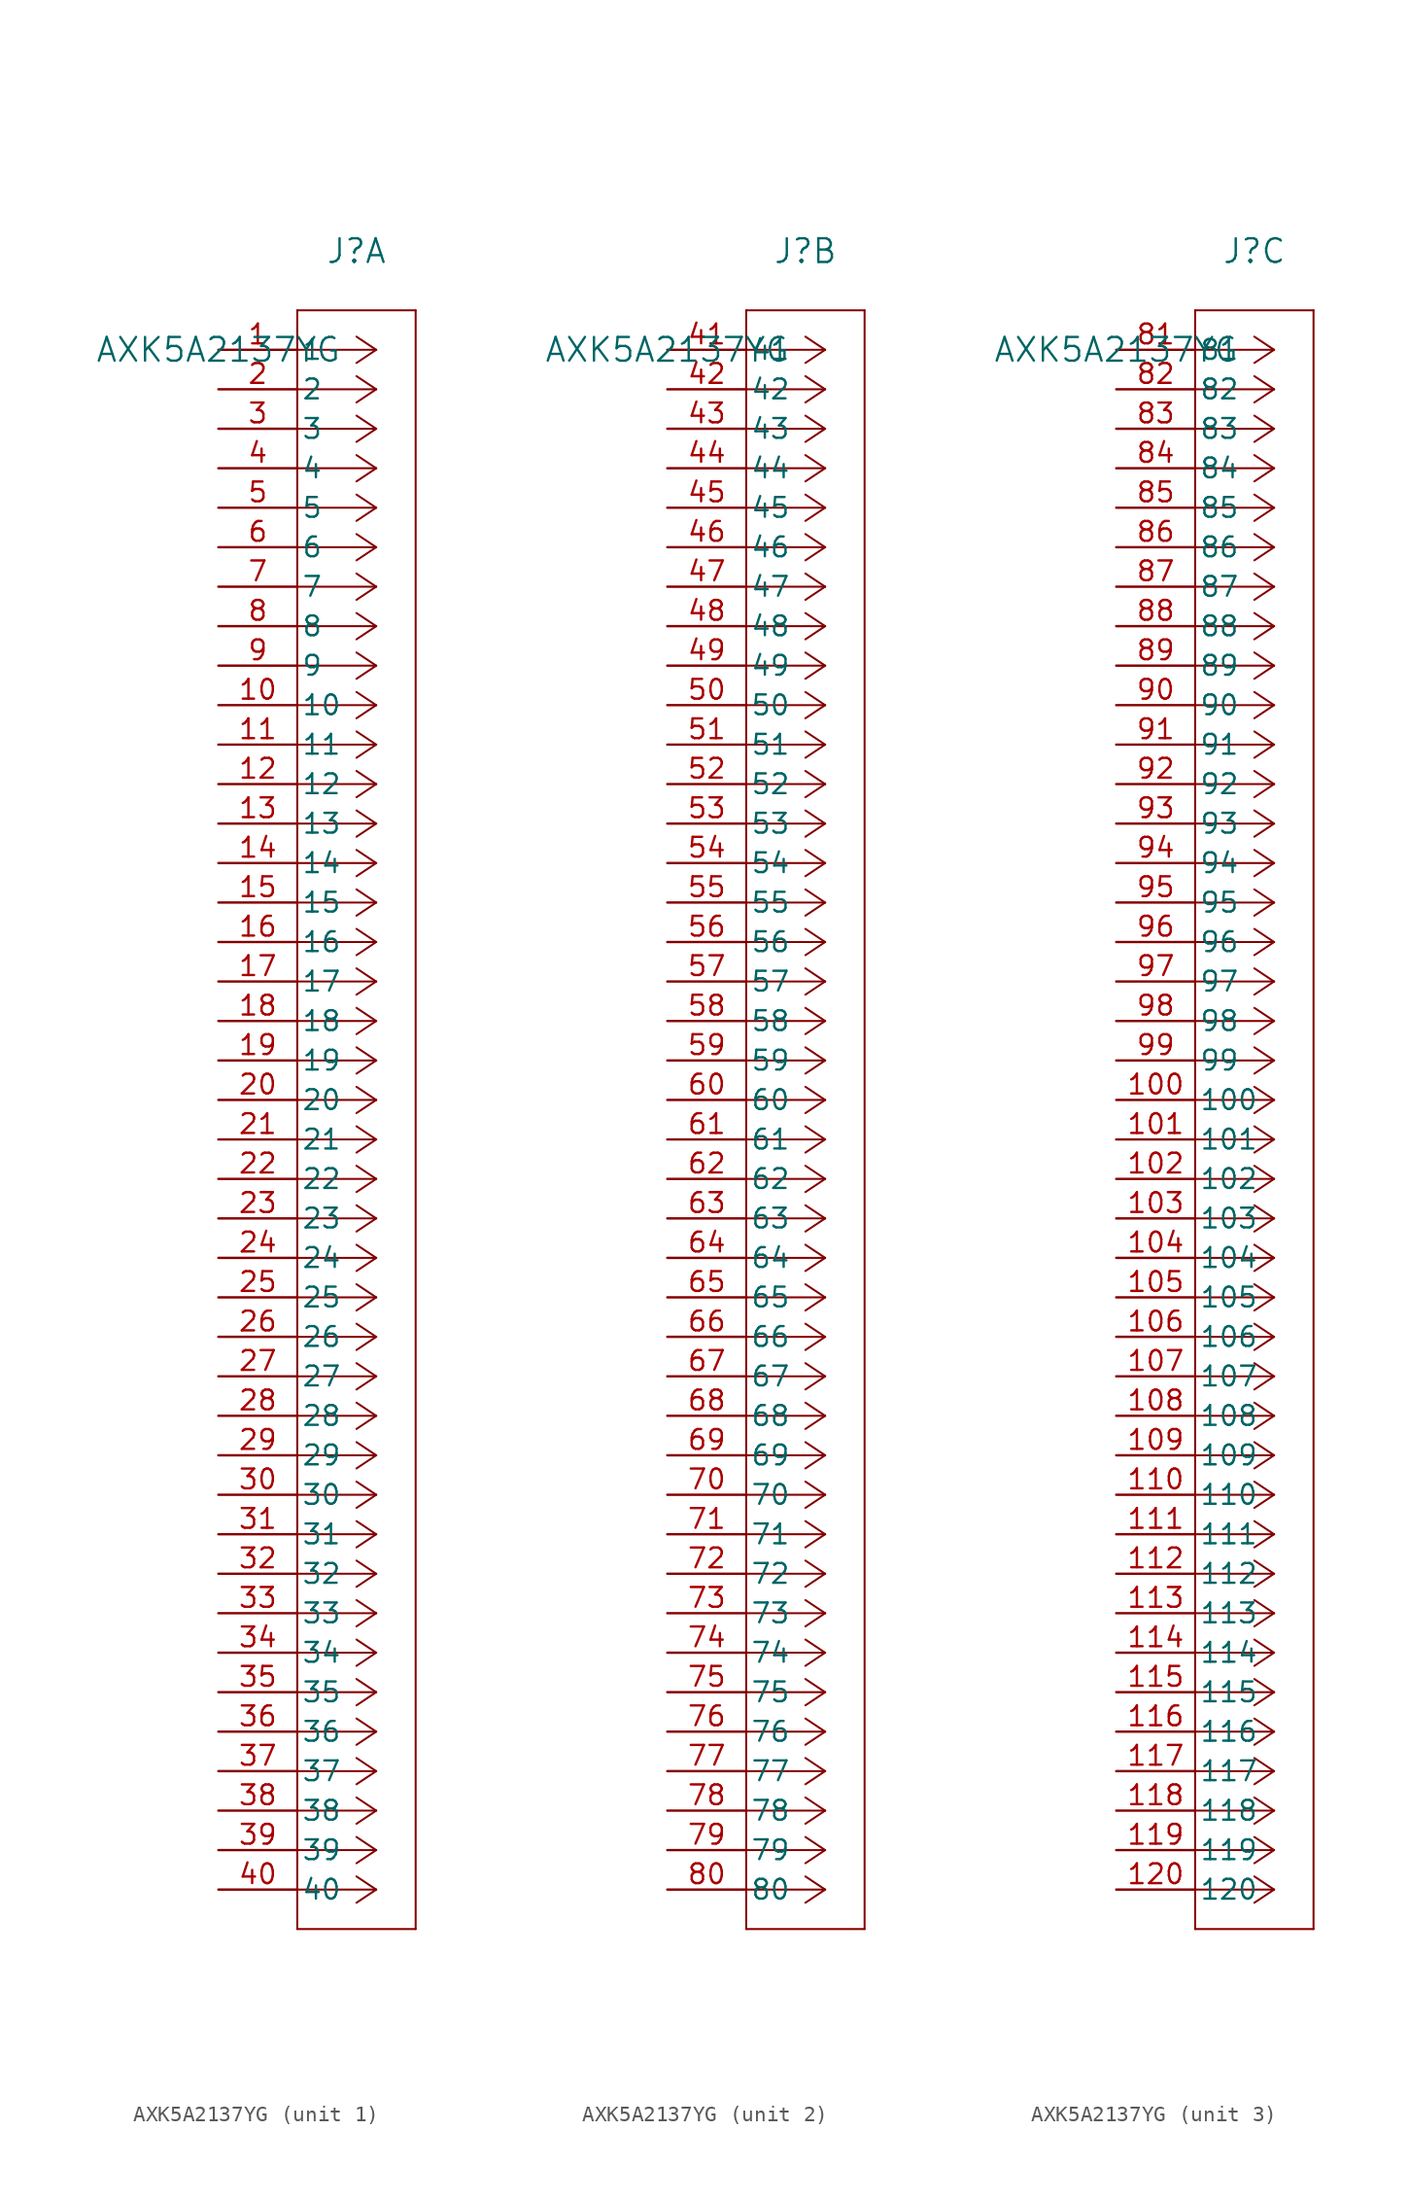
<source format=kicad_sym>
(kicad_symbol_lib
  (version 20211014)
  (generator kicad_symbol_editor)
  (symbol "AXK5A2137YG"
    (pin_names
      (offset 0.254))
    (property "Reference" "J"
      (at 8.89 6.35 0)
      (effects (font (size 1.524 1.524))))
    (property "Value" "AXK5A2137YG"
      (at 0 0 0)
      (effects (font (size 1.524 1.524))))
    (symbol "AXK5A2137YG_1_1"
      (polyline (pts (xy 10.16 0) (xy 5.08 0)) (stroke (width 0.127) (type default) (color 0 0 0 0)) (fill (type none)))
      (polyline (pts (xy 10.16 -2.54) (xy 5.08 -2.54)) (stroke (width 0.127) (type default) (color 0 0 0 0)) (fill (type none)))
      (polyline (pts (xy 10.16 -5.08) (xy 5.08 -5.08)) (stroke (width 0.127) (type default) (color 0 0 0 0)) (fill (type none)))
      (polyline (pts (xy 10.16 -7.62) (xy 5.08 -7.62)) (stroke (width 0.127) (type default) (color 0 0 0 0)) (fill (type none)))
      (polyline (pts (xy 10.16 -10.16) (xy 5.08 -10.16)) (stroke (width 0.127) (type default) (color 0 0 0 0)) (fill (type none)))
      (polyline (pts (xy 10.16 -12.7) (xy 5.08 -12.7)) (stroke (width 0.127) (type default) (color 0 0 0 0)) (fill (type none)))
      (polyline (pts (xy 10.16 -15.24) (xy 5.08 -15.24)) (stroke (width 0.127) (type default) (color 0 0 0 0)) (fill (type none)))
      (polyline (pts (xy 10.16 -17.78) (xy 5.08 -17.78)) (stroke (width 0.127) (type default) (color 0 0 0 0)) (fill (type none)))
      (polyline (pts (xy 10.16 -20.32) (xy 5.08 -20.32)) (stroke (width 0.127) (type default) (color 0 0 0 0)) (fill (type none)))
      (polyline (pts (xy 10.16 -22.86) (xy 5.08 -22.86)) (stroke (width 0.127) (type default) (color 0 0 0 0)) (fill (type none)))
      (polyline (pts (xy 10.16 -25.4) (xy 5.08 -25.4)) (stroke (width 0.127) (type default) (color 0 0 0 0)) (fill (type none)))
      (polyline (pts (xy 10.16 -27.94) (xy 5.08 -27.94)) (stroke (width 0.127) (type default) (color 0 0 0 0)) (fill (type none)))
      (polyline (pts (xy 10.16 -30.48) (xy 5.08 -30.48)) (stroke (width 0.127) (type default) (color 0 0 0 0)) (fill (type none)))
      (polyline (pts (xy 10.16 -33.02) (xy 5.08 -33.02)) (stroke (width 0.127) (type default) (color 0 0 0 0)) (fill (type none)))
      (polyline (pts (xy 10.16 -35.56) (xy 5.08 -35.56)) (stroke (width 0.127) (type default) (color 0 0 0 0)) (fill (type none)))
      (polyline (pts (xy 10.16 -38.1) (xy 5.08 -38.1)) (stroke (width 0.127) (type default) (color 0 0 0 0)) (fill (type none)))
      (polyline (pts (xy 10.16 -40.64) (xy 5.08 -40.64)) (stroke (width 0.127) (type default) (color 0 0 0 0)) (fill (type none)))
      (polyline (pts (xy 10.16 -43.18) (xy 5.08 -43.18)) (stroke (width 0.127) (type default) (color 0 0 0 0)) (fill (type none)))
      (polyline (pts (xy 10.16 -45.72) (xy 5.08 -45.72)) (stroke (width 0.127) (type default) (color 0 0 0 0)) (fill (type none)))
      (polyline (pts (xy 10.16 -48.26) (xy 5.08 -48.26)) (stroke (width 0.127) (type default) (color 0 0 0 0)) (fill (type none)))
      (polyline (pts (xy 10.16 -50.8) (xy 5.08 -50.8)) (stroke (width 0.127) (type default) (color 0 0 0 0)) (fill (type none)))
      (polyline (pts (xy 10.16 -53.34) (xy 5.08 -53.34)) (stroke (width 0.127) (type default) (color 0 0 0 0)) (fill (type none)))
      (polyline (pts (xy 10.16 -55.88) (xy 5.08 -55.88)) (stroke (width 0.127) (type default) (color 0 0 0 0)) (fill (type none)))
      (polyline (pts (xy 10.16 -58.42) (xy 5.08 -58.42)) (stroke (width 0.127) (type default) (color 0 0 0 0)) (fill (type none)))
      (polyline (pts (xy 10.16 -60.96) (xy 5.08 -60.96)) (stroke (width 0.127) (type default) (color 0 0 0 0)) (fill (type none)))
      (polyline (pts (xy 10.16 -63.5) (xy 5.08 -63.5)) (stroke (width 0.127) (type default) (color 0 0 0 0)) (fill (type none)))
      (polyline (pts (xy 10.16 -66.04) (xy 5.08 -66.04)) (stroke (width 0.127) (type default) (color 0 0 0 0)) (fill (type none)))
      (polyline (pts (xy 10.16 -68.58) (xy 5.08 -68.58)) (stroke (width 0.127) (type default) (color 0 0 0 0)) (fill (type none)))
      (polyline (pts (xy 10.16 -71.12) (xy 5.08 -71.12)) (stroke (width 0.127) (type default) (color 0 0 0 0)) (fill (type none)))
      (polyline (pts (xy 10.16 -73.66) (xy 5.08 -73.66)) (stroke (width 0.127) (type default) (color 0 0 0 0)) (fill (type none)))
      (polyline (pts (xy 10.16 -76.2) (xy 5.08 -76.2)) (stroke (width 0.127) (type default) (color 0 0 0 0)) (fill (type none)))
      (polyline (pts (xy 10.16 -78.74) (xy 5.08 -78.74)) (stroke (width 0.127) (type default) (color 0 0 0 0)) (fill (type none)))
      (polyline (pts (xy 10.16 -81.28) (xy 5.08 -81.28)) (stroke (width 0.127) (type default) (color 0 0 0 0)) (fill (type none)))
      (polyline (pts (xy 10.16 -83.82) (xy 5.08 -83.82)) (stroke (width 0.127) (type default) (color 0 0 0 0)) (fill (type none)))
      (polyline (pts (xy 10.16 -86.36) (xy 5.08 -86.36)) (stroke (width 0.127) (type default) (color 0 0 0 0)) (fill (type none)))
      (polyline (pts (xy 10.16 -88.9) (xy 5.08 -88.9)) (stroke (width 0.127) (type default) (color 0 0 0 0)) (fill (type none)))
      (polyline (pts (xy 10.16 -91.44) (xy 5.08 -91.44)) (stroke (width 0.127) (type default) (color 0 0 0 0)) (fill (type none)))
      (polyline (pts (xy 10.16 -93.98) (xy 5.08 -93.98)) (stroke (width 0.127) (type default) (color 0 0 0 0)) (fill (type none)))
      (polyline (pts (xy 10.16 -96.52) (xy 5.08 -96.52)) (stroke (width 0.127) (type default) (color 0 0 0 0)) (fill (type none)))
      (polyline (pts (xy 10.16 -99.06) (xy 5.08 -99.06)) (stroke (width 0.127) (type default) (color 0 0 0 0)) (fill (type none)))
      (polyline (pts (xy 10.16 0) (xy 8.89 0.847)) (stroke (width 0.127) (type default) (color 0 0 0 0)) (fill (type none)))
      (polyline (pts (xy 10.16 -2.54) (xy 8.89 -1.693)) (stroke (width 0.127) (type default) (color 0 0 0 0)) (fill (type none)))
      (polyline (pts (xy 10.16 -5.08) (xy 8.89 -4.233)) (stroke (width 0.127) (type default) (color 0 0 0 0)) (fill (type none)))
      (polyline (pts (xy 10.16 -7.62) (xy 8.89 -6.773)) (stroke (width 0.127) (type default) (color 0 0 0 0)) (fill (type none)))
      (polyline (pts (xy 10.16 -10.16) (xy 8.89 -9.313)) (stroke (width 0.127) (type default) (color 0 0 0 0)) (fill (type none)))
      (polyline (pts (xy 10.16 -12.7) (xy 8.89 -11.853)) (stroke (width 0.127) (type default) (color 0 0 0 0)) (fill (type none)))
      (polyline (pts (xy 10.16 -15.24) (xy 8.89 -14.393)) (stroke (width 0.127) (type default) (color 0 0 0 0)) (fill (type none)))
      (polyline (pts (xy 10.16 -17.78) (xy 8.89 -16.933)) (stroke (width 0.127) (type default) (color 0 0 0 0)) (fill (type none)))
      (polyline (pts (xy 10.16 -20.32) (xy 8.89 -19.473)) (stroke (width 0.127) (type default) (color 0 0 0 0)) (fill (type none)))
      (polyline (pts (xy 10.16 -22.86) (xy 8.89 -22.013)) (stroke (width 0.127) (type default) (color 0 0 0 0)) (fill (type none)))
      (polyline (pts (xy 10.16 -25.4) (xy 8.89 -24.553)) (stroke (width 0.127) (type default) (color 0 0 0 0)) (fill (type none)))
      (polyline (pts (xy 10.16 -27.94) (xy 8.89 -27.093)) (stroke (width 0.127) (type default) (color 0 0 0 0)) (fill (type none)))
      (polyline (pts (xy 10.16 -30.48) (xy 8.89 -29.633)) (stroke (width 0.127) (type default) (color 0 0 0 0)) (fill (type none)))
      (polyline (pts (xy 10.16 -33.02) (xy 8.89 -32.173)) (stroke (width 0.127) (type default) (color 0 0 0 0)) (fill (type none)))
      (polyline (pts (xy 10.16 -35.56) (xy 8.89 -34.713)) (stroke (width 0.127) (type default) (color 0 0 0 0)) (fill (type none)))
      (polyline (pts (xy 10.16 -38.1) (xy 8.89 -37.253)) (stroke (width 0.127) (type default) (color 0 0 0 0)) (fill (type none)))
      (polyline (pts (xy 10.16 -40.64) (xy 8.89 -39.793)) (stroke (width 0.127) (type default) (color 0 0 0 0)) (fill (type none)))
      (polyline (pts (xy 10.16 -43.18) (xy 8.89 -42.333)) (stroke (width 0.127) (type default) (color 0 0 0 0)) (fill (type none)))
      (polyline (pts (xy 10.16 -45.72) (xy 8.89 -44.873)) (stroke (width 0.127) (type default) (color 0 0 0 0)) (fill (type none)))
      (polyline (pts (xy 10.16 -48.26) (xy 8.89 -47.413)) (stroke (width 0.127) (type default) (color 0 0 0 0)) (fill (type none)))
      (polyline (pts (xy 10.16 -50.8) (xy 8.89 -49.953)) (stroke (width 0.127) (type default) (color 0 0 0 0)) (fill (type none)))
      (polyline (pts (xy 10.16 -53.34) (xy 8.89 -52.493)) (stroke (width 0.127) (type default) (color 0 0 0 0)) (fill (type none)))
      (polyline (pts (xy 10.16 -55.88) (xy 8.89 -55.033)) (stroke (width 0.127) (type default) (color 0 0 0 0)) (fill (type none)))
      (polyline (pts (xy 10.16 -58.42) (xy 8.89 -57.573)) (stroke (width 0.127) (type default) (color 0 0 0 0)) (fill (type none)))
      (polyline (pts (xy 10.16 -60.96) (xy 8.89 -60.113)) (stroke (width 0.127) (type default) (color 0 0 0 0)) (fill (type none)))
      (polyline (pts (xy 10.16 -63.5) (xy 8.89 -62.653)) (stroke (width 0.127) (type default) (color 0 0 0 0)) (fill (type none)))
      (polyline (pts (xy 10.16 -66.04) (xy 8.89 -65.193)) (stroke (width 0.127) (type default) (color 0 0 0 0)) (fill (type none)))
      (polyline (pts (xy 10.16 -68.58) (xy 8.89 -67.733)) (stroke (width 0.127) (type default) (color 0 0 0 0)) (fill (type none)))
      (polyline (pts (xy 10.16 -71.12) (xy 8.89 -70.273)) (stroke (width 0.127) (type default) (color 0 0 0 0)) (fill (type none)))
      (polyline (pts (xy 10.16 -73.66) (xy 8.89 -72.813)) (stroke (width 0.127) (type default) (color 0 0 0 0)) (fill (type none)))
      (polyline (pts (xy 10.16 -76.2) (xy 8.89 -75.353)) (stroke (width 0.127) (type default) (color 0 0 0 0)) (fill (type none)))
      (polyline (pts (xy 10.16 -78.74) (xy 8.89 -77.893)) (stroke (width 0.127) (type default) (color 0 0 0 0)) (fill (type none)))
      (polyline (pts (xy 10.16 -81.28) (xy 8.89 -80.433)) (stroke (width 0.127) (type default) (color 0 0 0 0)) (fill (type none)))
      (polyline (pts (xy 10.16 -83.82) (xy 8.89 -82.973)) (stroke (width 0.127) (type default) (color 0 0 0 0)) (fill (type none)))
      (polyline (pts (xy 10.16 -86.36) (xy 8.89 -85.513)) (stroke (width 0.127) (type default) (color 0 0 0 0)) (fill (type none)))
      (polyline (pts (xy 10.16 -88.9) (xy 8.89 -88.053)) (stroke (width 0.127) (type default) (color 0 0 0 0)) (fill (type none)))
      (polyline (pts (xy 10.16 -91.44) (xy 8.89 -90.593)) (stroke (width 0.127) (type default) (color 0 0 0 0)) (fill (type none)))
      (polyline (pts (xy 10.16 -93.98) (xy 8.89 -93.133)) (stroke (width 0.127) (type default) (color 0 0 0 0)) (fill (type none)))
      (polyline (pts (xy 10.16 -96.52) (xy 8.89 -95.673)) (stroke (width 0.127) (type default) (color 0 0 0 0)) (fill (type none)))
      (polyline (pts (xy 10.16 -99.06) (xy 8.89 -98.213)) (stroke (width 0.127) (type default) (color 0 0 0 0)) (fill (type none)))
      (polyline (pts (xy 10.16 0) (xy 8.89 -0.847)) (stroke (width 0.127) (type default) (color 0 0 0 0)) (fill (type none)))
      (polyline (pts (xy 10.16 -2.54) (xy 8.89 -3.387)) (stroke (width 0.127) (type default) (color 0 0 0 0)) (fill (type none)))
      (polyline (pts (xy 10.16 -5.08) (xy 8.89 -5.927)) (stroke (width 0.127) (type default) (color 0 0 0 0)) (fill (type none)))
      (polyline (pts (xy 10.16 -7.62) (xy 8.89 -8.467)) (stroke (width 0.127) (type default) (color 0 0 0 0)) (fill (type none)))
      (polyline (pts (xy 10.16 -10.16) (xy 8.89 -11.007)) (stroke (width 0.127) (type default) (color 0 0 0 0)) (fill (type none)))
      (polyline (pts (xy 10.16 -12.7) (xy 8.89 -13.547)) (stroke (width 0.127) (type default) (color 0 0 0 0)) (fill (type none)))
      (polyline (pts (xy 10.16 -15.24) (xy 8.89 -16.087)) (stroke (width 0.127) (type default) (color 0 0 0 0)) (fill (type none)))
      (polyline (pts (xy 10.16 -17.78) (xy 8.89 -18.627)) (stroke (width 0.127) (type default) (color 0 0 0 0)) (fill (type none)))
      (polyline (pts (xy 10.16 -20.32) (xy 8.89 -21.167)) (stroke (width 0.127) (type default) (color 0 0 0 0)) (fill (type none)))
      (polyline (pts (xy 10.16 -22.86) (xy 8.89 -23.707)) (stroke (width 0.127) (type default) (color 0 0 0 0)) (fill (type none)))
      (polyline (pts (xy 10.16 -25.4) (xy 8.89 -26.247)) (stroke (width 0.127) (type default) (color 0 0 0 0)) (fill (type none)))
      (polyline (pts (xy 10.16 -27.94) (xy 8.89 -28.787)) (stroke (width 0.127) (type default) (color 0 0 0 0)) (fill (type none)))
      (polyline (pts (xy 10.16 -30.48) (xy 8.89 -31.327)) (stroke (width 0.127) (type default) (color 0 0 0 0)) (fill (type none)))
      (polyline (pts (xy 10.16 -33.02) (xy 8.89 -33.867)) (stroke (width 0.127) (type default) (color 0 0 0 0)) (fill (type none)))
      (polyline (pts (xy 10.16 -35.56) (xy 8.89 -36.407)) (stroke (width 0.127) (type default) (color 0 0 0 0)) (fill (type none)))
      (polyline (pts (xy 10.16 -38.1) (xy 8.89 -38.947)) (stroke (width 0.127) (type default) (color 0 0 0 0)) (fill (type none)))
      (polyline (pts (xy 10.16 -40.64) (xy 8.89 -41.487)) (stroke (width 0.127) (type default) (color 0 0 0 0)) (fill (type none)))
      (polyline (pts (xy 10.16 -43.18) (xy 8.89 -44.027)) (stroke (width 0.127) (type default) (color 0 0 0 0)) (fill (type none)))
      (polyline (pts (xy 10.16 -45.72) (xy 8.89 -46.567)) (stroke (width 0.127) (type default) (color 0 0 0 0)) (fill (type none)))
      (polyline (pts (xy 10.16 -48.26) (xy 8.89 -49.107)) (stroke (width 0.127) (type default) (color 0 0 0 0)) (fill (type none)))
      (polyline (pts (xy 10.16 -50.8) (xy 8.89 -51.647)) (stroke (width 0.127) (type default) (color 0 0 0 0)) (fill (type none)))
      (polyline (pts (xy 10.16 -53.34) (xy 8.89 -54.187)) (stroke (width 0.127) (type default) (color 0 0 0 0)) (fill (type none)))
      (polyline (pts (xy 10.16 -55.88) (xy 8.89 -56.727)) (stroke (width 0.127) (type default) (color 0 0 0 0)) (fill (type none)))
      (polyline (pts (xy 10.16 -58.42) (xy 8.89 -59.267)) (stroke (width 0.127) (type default) (color 0 0 0 0)) (fill (type none)))
      (polyline (pts (xy 10.16 -60.96) (xy 8.89 -61.807)) (stroke (width 0.127) (type default) (color 0 0 0 0)) (fill (type none)))
      (polyline (pts (xy 10.16 -63.5) (xy 8.89 -64.347)) (stroke (width 0.127) (type default) (color 0 0 0 0)) (fill (type none)))
      (polyline (pts (xy 10.16 -66.04) (xy 8.89 -66.887)) (stroke (width 0.127) (type default) (color 0 0 0 0)) (fill (type none)))
      (polyline (pts (xy 10.16 -68.58) (xy 8.89 -69.427)) (stroke (width 0.127) (type default) (color 0 0 0 0)) (fill (type none)))
      (polyline (pts (xy 10.16 -71.12) (xy 8.89 -71.967)) (stroke (width 0.127) (type default) (color 0 0 0 0)) (fill (type none)))
      (polyline (pts (xy 10.16 -73.66) (xy 8.89 -74.507)) (stroke (width 0.127) (type default) (color 0 0 0 0)) (fill (type none)))
      (polyline (pts (xy 10.16 -76.2) (xy 8.89 -77.047)) (stroke (width 0.127) (type default) (color 0 0 0 0)) (fill (type none)))
      (polyline (pts (xy 10.16 -78.74) (xy 8.89 -79.587)) (stroke (width 0.127) (type default) (color 0 0 0 0)) (fill (type none)))
      (polyline (pts (xy 10.16 -81.28) (xy 8.89 -82.127)) (stroke (width 0.127) (type default) (color 0 0 0 0)) (fill (type none)))
      (polyline (pts (xy 10.16 -83.82) (xy 8.89 -84.667)) (stroke (width 0.127) (type default) (color 0 0 0 0)) (fill (type none)))
      (polyline (pts (xy 10.16 -86.36) (xy 8.89 -87.207)) (stroke (width 0.127) (type default) (color 0 0 0 0)) (fill (type none)))
      (polyline (pts (xy 10.16 -88.9) (xy 8.89 -89.747)) (stroke (width 0.127) (type default) (color 0 0 0 0)) (fill (type none)))
      (polyline (pts (xy 10.16 -91.44) (xy 8.89 -92.287)) (stroke (width 0.127) (type default) (color 0 0 0 0)) (fill (type none)))
      (polyline (pts (xy 10.16 -93.98) (xy 8.89 -94.827)) (stroke (width 0.127) (type default) (color 0 0 0 0)) (fill (type none)))
      (polyline (pts (xy 10.16 -96.52) (xy 8.89 -97.367)) (stroke (width 0.127) (type default) (color 0 0 0 0)) (fill (type none)))
      (polyline (pts (xy 10.16 -99.06) (xy 8.89 -99.907)) (stroke (width 0.127) (type default) (color 0 0 0 0)) (fill (type none)))
      (polyline (pts (xy 5.08 2.54) (xy 5.08 -101.6)) (stroke (width 0.127) (type default) (color 0 0 0 0)) (fill (type none)))
      (polyline (pts (xy 5.08 -101.6) (xy 12.7 -101.6)) (stroke (width 0.127) (type default) (color 0 0 0 0)) (fill (type none)))
      (polyline (pts (xy 12.7 -101.6) (xy 12.7 2.54)) (stroke (width 0.127) (type default) (color 0 0 0 0)) (fill (type none)))
      (polyline (pts (xy 12.7 2.54) (xy 5.08 2.54)) (stroke (width 0.127) (type default) (color 0 0 0 0)) (fill (type none)))
      (pin unspecified line (at 0 0 0) (length 5.08) (name "1" (effects (font (size 1.27 1.27)))) (number "1" (effects (font (size 1.27 1.27)))))
      (pin unspecified line (at 0 -2.54 0) (length 5.08) (name "2" (effects (font (size 1.27 1.27)))) (number "2" (effects (font (size 1.27 1.27)))))
      (pin unspecified line (at 0 -5.08 0) (length 5.08) (name "3" (effects (font (size 1.27 1.27)))) (number "3" (effects (font (size 1.27 1.27)))))
      (pin unspecified line (at 0 -7.62 0) (length 5.08) (name "4" (effects (font (size 1.27 1.27)))) (number "4" (effects (font (size 1.27 1.27)))))
      (pin unspecified line (at 0 -10.16 0) (length 5.08) (name "5" (effects (font (size 1.27 1.27)))) (number "5" (effects (font (size 1.27 1.27)))))
      (pin unspecified line (at 0 -12.7 0) (length 5.08) (name "6" (effects (font (size 1.27 1.27)))) (number "6" (effects (font (size 1.27 1.27)))))
      (pin unspecified line (at 0 -15.24 0) (length 5.08) (name "7" (effects (font (size 1.27 1.27)))) (number "7" (effects (font (size 1.27 1.27)))))
      (pin unspecified line (at 0 -17.78 0) (length 5.08) (name "8" (effects (font (size 1.27 1.27)))) (number "8" (effects (font (size 1.27 1.27)))))
      (pin unspecified line (at 0 -20.32 0) (length 5.08) (name "9" (effects (font (size 1.27 1.27)))) (number "9" (effects (font (size 1.27 1.27)))))
      (pin unspecified line (at 0 -22.86 0) (length 5.08) (name "10" (effects (font (size 1.27 1.27)))) (number "10" (effects (font (size 1.27 1.27)))))
      (pin unspecified line (at 0 -25.4 0) (length 5.08) (name "11" (effects (font (size 1.27 1.27)))) (number "11" (effects (font (size 1.27 1.27)))))
      (pin unspecified line (at 0 -27.94 0) (length 5.08) (name "12" (effects (font (size 1.27 1.27)))) (number "12" (effects (font (size 1.27 1.27)))))
      (pin unspecified line (at 0 -30.48 0) (length 5.08) (name "13" (effects (font (size 1.27 1.27)))) (number "13" (effects (font (size 1.27 1.27)))))
      (pin unspecified line (at 0 -33.02 0) (length 5.08) (name "14" (effects (font (size 1.27 1.27)))) (number "14" (effects (font (size 1.27 1.27)))))
      (pin unspecified line (at 0 -35.56 0) (length 5.08) (name "15" (effects (font (size 1.27 1.27)))) (number "15" (effects (font (size 1.27 1.27)))))
      (pin unspecified line (at 0 -38.1 0) (length 5.08) (name "16" (effects (font (size 1.27 1.27)))) (number "16" (effects (font (size 1.27 1.27)))))
      (pin unspecified line (at 0 -40.64 0) (length 5.08) (name "17" (effects (font (size 1.27 1.27)))) (number "17" (effects (font (size 1.27 1.27)))))
      (pin unspecified line (at 0 -43.18 0) (length 5.08) (name "18" (effects (font (size 1.27 1.27)))) (number "18" (effects (font (size 1.27 1.27)))))
      (pin unspecified line (at 0 -45.72 0) (length 5.08) (name "19" (effects (font (size 1.27 1.27)))) (number "19" (effects (font (size 1.27 1.27)))))
      (pin unspecified line (at 0 -48.26 0) (length 5.08) (name "20" (effects (font (size 1.27 1.27)))) (number "20" (effects (font (size 1.27 1.27)))))
      (pin unspecified line (at 0 -50.8 0) (length 5.08) (name "21" (effects (font (size 1.27 1.27)))) (number "21" (effects (font (size 1.27 1.27)))))
      (pin unspecified line (at 0 -53.34 0) (length 5.08) (name "22" (effects (font (size 1.27 1.27)))) (number "22" (effects (font (size 1.27 1.27)))))
      (pin unspecified line (at 0 -55.88 0) (length 5.08) (name "23" (effects (font (size 1.27 1.27)))) (number "23" (effects (font (size 1.27 1.27)))))
      (pin unspecified line (at 0 -58.42 0) (length 5.08) (name "24" (effects (font (size 1.27 1.27)))) (number "24" (effects (font (size 1.27 1.27)))))
      (pin unspecified line (at 0 -60.96 0) (length 5.08) (name "25" (effects (font (size 1.27 1.27)))) (number "25" (effects (font (size 1.27 1.27)))))
      (pin unspecified line (at 0 -63.5 0) (length 5.08) (name "26" (effects (font (size 1.27 1.27)))) (number "26" (effects (font (size 1.27 1.27)))))
      (pin unspecified line (at 0 -66.04 0) (length 5.08) (name "27" (effects (font (size 1.27 1.27)))) (number "27" (effects (font (size 1.27 1.27)))))
      (pin unspecified line (at 0 -68.58 0) (length 5.08) (name "28" (effects (font (size 1.27 1.27)))) (number "28" (effects (font (size 1.27 1.27)))))
      (pin unspecified line (at 0 -71.12 0) (length 5.08) (name "29" (effects (font (size 1.27 1.27)))) (number "29" (effects (font (size 1.27 1.27)))))
      (pin unspecified line (at 0 -73.66 0) (length 5.08) (name "30" (effects (font (size 1.27 1.27)))) (number "30" (effects (font (size 1.27 1.27)))))
      (pin unspecified line (at 0 -76.2 0) (length 5.08) (name "31" (effects (font (size 1.27 1.27)))) (number "31" (effects (font (size 1.27 1.27)))))
      (pin unspecified line (at 0 -78.74 0) (length 5.08) (name "32" (effects (font (size 1.27 1.27)))) (number "32" (effects (font (size 1.27 1.27)))))
      (pin unspecified line (at 0 -81.28 0) (length 5.08) (name "33" (effects (font (size 1.27 1.27)))) (number "33" (effects (font (size 1.27 1.27)))))
      (pin unspecified line (at 0 -83.82 0) (length 5.08) (name "34" (effects (font (size 1.27 1.27)))) (number "34" (effects (font (size 1.27 1.27)))))
      (pin unspecified line (at 0 -86.36 0) (length 5.08) (name "35" (effects (font (size 1.27 1.27)))) (number "35" (effects (font (size 1.27 1.27)))))
      (pin unspecified line (at 0 -88.9 0) (length 5.08) (name "36" (effects (font (size 1.27 1.27)))) (number "36" (effects (font (size 1.27 1.27)))))
      (pin unspecified line (at 0 -91.44 0) (length 5.08) (name "37" (effects (font (size 1.27 1.27)))) (number "37" (effects (font (size 1.27 1.27)))))
      (pin unspecified line (at 0 -93.98 0) (length 5.08) (name "38" (effects (font (size 1.27 1.27)))) (number "38" (effects (font (size 1.27 1.27)))))
      (pin unspecified line (at 0 -96.52 0) (length 5.08) (name "39" (effects (font (size 1.27 1.27)))) (number "39" (effects (font (size 1.27 1.27)))))
      (pin unspecified line (at 0 -99.06 0) (length 5.08) (name "40" (effects (font (size 1.27 1.27)))) (number "40" (effects (font (size 1.27 1.27))))))
    (symbol "AXK5A2137YG_2_1"
      (polyline (pts (xy 10.16 0) (xy 5.08 0)) (stroke (width 0.127) (type default) (color 0 0 0 0)) (fill (type none)))
      (polyline (pts (xy 10.16 -2.54) (xy 5.08 -2.54)) (stroke (width 0.127) (type default) (color 0 0 0 0)) (fill (type none)))
      (polyline (pts (xy 10.16 -5.08) (xy 5.08 -5.08)) (stroke (width 0.127) (type default) (color 0 0 0 0)) (fill (type none)))
      (polyline (pts (xy 10.16 -7.62) (xy 5.08 -7.62)) (stroke (width 0.127) (type default) (color 0 0 0 0)) (fill (type none)))
      (polyline (pts (xy 10.16 -10.16) (xy 5.08 -10.16)) (stroke (width 0.127) (type default) (color 0 0 0 0)) (fill (type none)))
      (polyline (pts (xy 10.16 -12.7) (xy 5.08 -12.7)) (stroke (width 0.127) (type default) (color 0 0 0 0)) (fill (type none)))
      (polyline (pts (xy 10.16 -15.24) (xy 5.08 -15.24)) (stroke (width 0.127) (type default) (color 0 0 0 0)) (fill (type none)))
      (polyline (pts (xy 10.16 -17.78) (xy 5.08 -17.78)) (stroke (width 0.127) (type default) (color 0 0 0 0)) (fill (type none)))
      (polyline (pts (xy 10.16 -20.32) (xy 5.08 -20.32)) (stroke (width 0.127) (type default) (color 0 0 0 0)) (fill (type none)))
      (polyline (pts (xy 10.16 -22.86) (xy 5.08 -22.86)) (stroke (width 0.127) (type default) (color 0 0 0 0)) (fill (type none)))
      (polyline (pts (xy 10.16 -25.4) (xy 5.08 -25.4)) (stroke (width 0.127) (type default) (color 0 0 0 0)) (fill (type none)))
      (polyline (pts (xy 10.16 -27.94) (xy 5.08 -27.94)) (stroke (width 0.127) (type default) (color 0 0 0 0)) (fill (type none)))
      (polyline (pts (xy 10.16 -30.48) (xy 5.08 -30.48)) (stroke (width 0.127) (type default) (color 0 0 0 0)) (fill (type none)))
      (polyline (pts (xy 10.16 -33.02) (xy 5.08 -33.02)) (stroke (width 0.127) (type default) (color 0 0 0 0)) (fill (type none)))
      (polyline (pts (xy 10.16 -35.56) (xy 5.08 -35.56)) (stroke (width 0.127) (type default) (color 0 0 0 0)) (fill (type none)))
      (polyline (pts (xy 10.16 -38.1) (xy 5.08 -38.1)) (stroke (width 0.127) (type default) (color 0 0 0 0)) (fill (type none)))
      (polyline (pts (xy 10.16 -40.64) (xy 5.08 -40.64)) (stroke (width 0.127) (type default) (color 0 0 0 0)) (fill (type none)))
      (polyline (pts (xy 10.16 -43.18) (xy 5.08 -43.18)) (stroke (width 0.127) (type default) (color 0 0 0 0)) (fill (type none)))
      (polyline (pts (xy 10.16 -45.72) (xy 5.08 -45.72)) (stroke (width 0.127) (type default) (color 0 0 0 0)) (fill (type none)))
      (polyline (pts (xy 10.16 -48.26) (xy 5.08 -48.26)) (stroke (width 0.127) (type default) (color 0 0 0 0)) (fill (type none)))
      (polyline (pts (xy 10.16 -50.8) (xy 5.08 -50.8)) (stroke (width 0.127) (type default) (color 0 0 0 0)) (fill (type none)))
      (polyline (pts (xy 10.16 -53.34) (xy 5.08 -53.34)) (stroke (width 0.127) (type default) (color 0 0 0 0)) (fill (type none)))
      (polyline (pts (xy 10.16 -55.88) (xy 5.08 -55.88)) (stroke (width 0.127) (type default) (color 0 0 0 0)) (fill (type none)))
      (polyline (pts (xy 10.16 -58.42) (xy 5.08 -58.42)) (stroke (width 0.127) (type default) (color 0 0 0 0)) (fill (type none)))
      (polyline (pts (xy 10.16 -60.96) (xy 5.08 -60.96)) (stroke (width 0.127) (type default) (color 0 0 0 0)) (fill (type none)))
      (polyline (pts (xy 10.16 -63.5) (xy 5.08 -63.5)) (stroke (width 0.127) (type default) (color 0 0 0 0)) (fill (type none)))
      (polyline (pts (xy 10.16 -66.04) (xy 5.08 -66.04)) (stroke (width 0.127) (type default) (color 0 0 0 0)) (fill (type none)))
      (polyline (pts (xy 10.16 -68.58) (xy 5.08 -68.58)) (stroke (width 0.127) (type default) (color 0 0 0 0)) (fill (type none)))
      (polyline (pts (xy 10.16 -71.12) (xy 5.08 -71.12)) (stroke (width 0.127) (type default) (color 0 0 0 0)) (fill (type none)))
      (polyline (pts (xy 10.16 -73.66) (xy 5.08 -73.66)) (stroke (width 0.127) (type default) (color 0 0 0 0)) (fill (type none)))
      (polyline (pts (xy 10.16 -76.2) (xy 5.08 -76.2)) (stroke (width 0.127) (type default) (color 0 0 0 0)) (fill (type none)))
      (polyline (pts (xy 10.16 -78.74) (xy 5.08 -78.74)) (stroke (width 0.127) (type default) (color 0 0 0 0)) (fill (type none)))
      (polyline (pts (xy 10.16 -81.28) (xy 5.08 -81.28)) (stroke (width 0.127) (type default) (color 0 0 0 0)) (fill (type none)))
      (polyline (pts (xy 10.16 -83.82) (xy 5.08 -83.82)) (stroke (width 0.127) (type default) (color 0 0 0 0)) (fill (type none)))
      (polyline (pts (xy 10.16 -86.36) (xy 5.08 -86.36)) (stroke (width 0.127) (type default) (color 0 0 0 0)) (fill (type none)))
      (polyline (pts (xy 10.16 -88.9) (xy 5.08 -88.9)) (stroke (width 0.127) (type default) (color 0 0 0 0)) (fill (type none)))
      (polyline (pts (xy 10.16 -91.44) (xy 5.08 -91.44)) (stroke (width 0.127) (type default) (color 0 0 0 0)) (fill (type none)))
      (polyline (pts (xy 10.16 -93.98) (xy 5.08 -93.98)) (stroke (width 0.127) (type default) (color 0 0 0 0)) (fill (type none)))
      (polyline (pts (xy 10.16 -96.52) (xy 5.08 -96.52)) (stroke (width 0.127) (type default) (color 0 0 0 0)) (fill (type none)))
      (polyline (pts (xy 10.16 -99.06) (xy 5.08 -99.06)) (stroke (width 0.127) (type default) (color 0 0 0 0)) (fill (type none)))
      (polyline (pts (xy 10.16 0) (xy 8.89 0.847)) (stroke (width 0.127) (type default) (color 0 0 0 0)) (fill (type none)))
      (polyline (pts (xy 10.16 -2.54) (xy 8.89 -1.693)) (stroke (width 0.127) (type default) (color 0 0 0 0)) (fill (type none)))
      (polyline (pts (xy 10.16 -5.08) (xy 8.89 -4.233)) (stroke (width 0.127) (type default) (color 0 0 0 0)) (fill (type none)))
      (polyline (pts (xy 10.16 -7.62) (xy 8.89 -6.773)) (stroke (width 0.127) (type default) (color 0 0 0 0)) (fill (type none)))
      (polyline (pts (xy 10.16 -10.16) (xy 8.89 -9.313)) (stroke (width 0.127) (type default) (color 0 0 0 0)) (fill (type none)))
      (polyline (pts (xy 10.16 -12.7) (xy 8.89 -11.853)) (stroke (width 0.127) (type default) (color 0 0 0 0)) (fill (type none)))
      (polyline (pts (xy 10.16 -15.24) (xy 8.89 -14.393)) (stroke (width 0.127) (type default) (color 0 0 0 0)) (fill (type none)))
      (polyline (pts (xy 10.16 -17.78) (xy 8.89 -16.933)) (stroke (width 0.127) (type default) (color 0 0 0 0)) (fill (type none)))
      (polyline (pts (xy 10.16 -20.32) (xy 8.89 -19.473)) (stroke (width 0.127) (type default) (color 0 0 0 0)) (fill (type none)))
      (polyline (pts (xy 10.16 -22.86) (xy 8.89 -22.013)) (stroke (width 0.127) (type default) (color 0 0 0 0)) (fill (type none)))
      (polyline (pts (xy 10.16 -25.4) (xy 8.89 -24.553)) (stroke (width 0.127) (type default) (color 0 0 0 0)) (fill (type none)))
      (polyline (pts (xy 10.16 -27.94) (xy 8.89 -27.093)) (stroke (width 0.127) (type default) (color 0 0 0 0)) (fill (type none)))
      (polyline (pts (xy 10.16 -30.48) (xy 8.89 -29.633)) (stroke (width 0.127) (type default) (color 0 0 0 0)) (fill (type none)))
      (polyline (pts (xy 10.16 -33.02) (xy 8.89 -32.173)) (stroke (width 0.127) (type default) (color 0 0 0 0)) (fill (type none)))
      (polyline (pts (xy 10.16 -35.56) (xy 8.89 -34.713)) (stroke (width 0.127) (type default) (color 0 0 0 0)) (fill (type none)))
      (polyline (pts (xy 10.16 -38.1) (xy 8.89 -37.253)) (stroke (width 0.127) (type default) (color 0 0 0 0)) (fill (type none)))
      (polyline (pts (xy 10.16 -40.64) (xy 8.89 -39.793)) (stroke (width 0.127) (type default) (color 0 0 0 0)) (fill (type none)))
      (polyline (pts (xy 10.16 -43.18) (xy 8.89 -42.333)) (stroke (width 0.127) (type default) (color 0 0 0 0)) (fill (type none)))
      (polyline (pts (xy 10.16 -45.72) (xy 8.89 -44.873)) (stroke (width 0.127) (type default) (color 0 0 0 0)) (fill (type none)))
      (polyline (pts (xy 10.16 -48.26) (xy 8.89 -47.413)) (stroke (width 0.127) (type default) (color 0 0 0 0)) (fill (type none)))
      (polyline (pts (xy 10.16 -50.8) (xy 8.89 -49.953)) (stroke (width 0.127) (type default) (color 0 0 0 0)) (fill (type none)))
      (polyline (pts (xy 10.16 -53.34) (xy 8.89 -52.493)) (stroke (width 0.127) (type default) (color 0 0 0 0)) (fill (type none)))
      (polyline (pts (xy 10.16 -55.88) (xy 8.89 -55.033)) (stroke (width 0.127) (type default) (color 0 0 0 0)) (fill (type none)))
      (polyline (pts (xy 10.16 -58.42) (xy 8.89 -57.573)) (stroke (width 0.127) (type default) (color 0 0 0 0)) (fill (type none)))
      (polyline (pts (xy 10.16 -60.96) (xy 8.89 -60.113)) (stroke (width 0.127) (type default) (color 0 0 0 0)) (fill (type none)))
      (polyline (pts (xy 10.16 -63.5) (xy 8.89 -62.653)) (stroke (width 0.127) (type default) (color 0 0 0 0)) (fill (type none)))
      (polyline (pts (xy 10.16 -66.04) (xy 8.89 -65.193)) (stroke (width 0.127) (type default) (color 0 0 0 0)) (fill (type none)))
      (polyline (pts (xy 10.16 -68.58) (xy 8.89 -67.733)) (stroke (width 0.127) (type default) (color 0 0 0 0)) (fill (type none)))
      (polyline (pts (xy 10.16 -71.12) (xy 8.89 -70.273)) (stroke (width 0.127) (type default) (color 0 0 0 0)) (fill (type none)))
      (polyline (pts (xy 10.16 -73.66) (xy 8.89 -72.813)) (stroke (width 0.127) (type default) (color 0 0 0 0)) (fill (type none)))
      (polyline (pts (xy 10.16 -76.2) (xy 8.89 -75.353)) (stroke (width 0.127) (type default) (color 0 0 0 0)) (fill (type none)))
      (polyline (pts (xy 10.16 -78.74) (xy 8.89 -77.893)) (stroke (width 0.127) (type default) (color 0 0 0 0)) (fill (type none)))
      (polyline (pts (xy 10.16 -81.28) (xy 8.89 -80.433)) (stroke (width 0.127) (type default) (color 0 0 0 0)) (fill (type none)))
      (polyline (pts (xy 10.16 -83.82) (xy 8.89 -82.973)) (stroke (width 0.127) (type default) (color 0 0 0 0)) (fill (type none)))
      (polyline (pts (xy 10.16 -86.36) (xy 8.89 -85.513)) (stroke (width 0.127) (type default) (color 0 0 0 0)) (fill (type none)))
      (polyline (pts (xy 10.16 -88.9) (xy 8.89 -88.053)) (stroke (width 0.127) (type default) (color 0 0 0 0)) (fill (type none)))
      (polyline (pts (xy 10.16 -91.44) (xy 8.89 -90.593)) (stroke (width 0.127) (type default) (color 0 0 0 0)) (fill (type none)))
      (polyline (pts (xy 10.16 -93.98) (xy 8.89 -93.133)) (stroke (width 0.127) (type default) (color 0 0 0 0)) (fill (type none)))
      (polyline (pts (xy 10.16 -96.52) (xy 8.89 -95.673)) (stroke (width 0.127) (type default) (color 0 0 0 0)) (fill (type none)))
      (polyline (pts (xy 10.16 -99.06) (xy 8.89 -98.213)) (stroke (width 0.127) (type default) (color 0 0 0 0)) (fill (type none)))
      (polyline (pts (xy 10.16 0) (xy 8.89 -0.847)) (stroke (width 0.127) (type default) (color 0 0 0 0)) (fill (type none)))
      (polyline (pts (xy 10.16 -2.54) (xy 8.89 -3.387)) (stroke (width 0.127) (type default) (color 0 0 0 0)) (fill (type none)))
      (polyline (pts (xy 10.16 -5.08) (xy 8.89 -5.927)) (stroke (width 0.127) (type default) (color 0 0 0 0)) (fill (type none)))
      (polyline (pts (xy 10.16 -7.62) (xy 8.89 -8.467)) (stroke (width 0.127) (type default) (color 0 0 0 0)) (fill (type none)))
      (polyline (pts (xy 10.16 -10.16) (xy 8.89 -11.007)) (stroke (width 0.127) (type default) (color 0 0 0 0)) (fill (type none)))
      (polyline (pts (xy 10.16 -12.7) (xy 8.89 -13.547)) (stroke (width 0.127) (type default) (color 0 0 0 0)) (fill (type none)))
      (polyline (pts (xy 10.16 -15.24) (xy 8.89 -16.087)) (stroke (width 0.127) (type default) (color 0 0 0 0)) (fill (type none)))
      (polyline (pts (xy 10.16 -17.78) (xy 8.89 -18.627)) (stroke (width 0.127) (type default) (color 0 0 0 0)) (fill (type none)))
      (polyline (pts (xy 10.16 -20.32) (xy 8.89 -21.167)) (stroke (width 0.127) (type default) (color 0 0 0 0)) (fill (type none)))
      (polyline (pts (xy 10.16 -22.86) (xy 8.89 -23.707)) (stroke (width 0.127) (type default) (color 0 0 0 0)) (fill (type none)))
      (polyline (pts (xy 10.16 -25.4) (xy 8.89 -26.247)) (stroke (width 0.127) (type default) (color 0 0 0 0)) (fill (type none)))
      (polyline (pts (xy 10.16 -27.94) (xy 8.89 -28.787)) (stroke (width 0.127) (type default) (color 0 0 0 0)) (fill (type none)))
      (polyline (pts (xy 10.16 -30.48) (xy 8.89 -31.327)) (stroke (width 0.127) (type default) (color 0 0 0 0)) (fill (type none)))
      (polyline (pts (xy 10.16 -33.02) (xy 8.89 -33.867)) (stroke (width 0.127) (type default) (color 0 0 0 0)) (fill (type none)))
      (polyline (pts (xy 10.16 -35.56) (xy 8.89 -36.407)) (stroke (width 0.127) (type default) (color 0 0 0 0)) (fill (type none)))
      (polyline (pts (xy 10.16 -38.1) (xy 8.89 -38.947)) (stroke (width 0.127) (type default) (color 0 0 0 0)) (fill (type none)))
      (polyline (pts (xy 10.16 -40.64) (xy 8.89 -41.487)) (stroke (width 0.127) (type default) (color 0 0 0 0)) (fill (type none)))
      (polyline (pts (xy 10.16 -43.18) (xy 8.89 -44.027)) (stroke (width 0.127) (type default) (color 0 0 0 0)) (fill (type none)))
      (polyline (pts (xy 10.16 -45.72) (xy 8.89 -46.567)) (stroke (width 0.127) (type default) (color 0 0 0 0)) (fill (type none)))
      (polyline (pts (xy 10.16 -48.26) (xy 8.89 -49.107)) (stroke (width 0.127) (type default) (color 0 0 0 0)) (fill (type none)))
      (polyline (pts (xy 10.16 -50.8) (xy 8.89 -51.647)) (stroke (width 0.127) (type default) (color 0 0 0 0)) (fill (type none)))
      (polyline (pts (xy 10.16 -53.34) (xy 8.89 -54.187)) (stroke (width 0.127) (type default) (color 0 0 0 0)) (fill (type none)))
      (polyline (pts (xy 10.16 -55.88) (xy 8.89 -56.727)) (stroke (width 0.127) (type default) (color 0 0 0 0)) (fill (type none)))
      (polyline (pts (xy 10.16 -58.42) (xy 8.89 -59.267)) (stroke (width 0.127) (type default) (color 0 0 0 0)) (fill (type none)))
      (polyline (pts (xy 10.16 -60.96) (xy 8.89 -61.807)) (stroke (width 0.127) (type default) (color 0 0 0 0)) (fill (type none)))
      (polyline (pts (xy 10.16 -63.5) (xy 8.89 -64.347)) (stroke (width 0.127) (type default) (color 0 0 0 0)) (fill (type none)))
      (polyline (pts (xy 10.16 -66.04) (xy 8.89 -66.887)) (stroke (width 0.127) (type default) (color 0 0 0 0)) (fill (type none)))
      (polyline (pts (xy 10.16 -68.58) (xy 8.89 -69.427)) (stroke (width 0.127) (type default) (color 0 0 0 0)) (fill (type none)))
      (polyline (pts (xy 10.16 -71.12) (xy 8.89 -71.967)) (stroke (width 0.127) (type default) (color 0 0 0 0)) (fill (type none)))
      (polyline (pts (xy 10.16 -73.66) (xy 8.89 -74.507)) (stroke (width 0.127) (type default) (color 0 0 0 0)) (fill (type none)))
      (polyline (pts (xy 10.16 -76.2) (xy 8.89 -77.047)) (stroke (width 0.127) (type default) (color 0 0 0 0)) (fill (type none)))
      (polyline (pts (xy 10.16 -78.74) (xy 8.89 -79.587)) (stroke (width 0.127) (type default) (color 0 0 0 0)) (fill (type none)))
      (polyline (pts (xy 10.16 -81.28) (xy 8.89 -82.127)) (stroke (width 0.127) (type default) (color 0 0 0 0)) (fill (type none)))
      (polyline (pts (xy 10.16 -83.82) (xy 8.89 -84.667)) (stroke (width 0.127) (type default) (color 0 0 0 0)) (fill (type none)))
      (polyline (pts (xy 10.16 -86.36) (xy 8.89 -87.207)) (stroke (width 0.127) (type default) (color 0 0 0 0)) (fill (type none)))
      (polyline (pts (xy 10.16 -88.9) (xy 8.89 -89.747)) (stroke (width 0.127) (type default) (color 0 0 0 0)) (fill (type none)))
      (polyline (pts (xy 10.16 -91.44) (xy 8.89 -92.287)) (stroke (width 0.127) (type default) (color 0 0 0 0)) (fill (type none)))
      (polyline (pts (xy 10.16 -93.98) (xy 8.89 -94.827)) (stroke (width 0.127) (type default) (color 0 0 0 0)) (fill (type none)))
      (polyline (pts (xy 10.16 -96.52) (xy 8.89 -97.367)) (stroke (width 0.127) (type default) (color 0 0 0 0)) (fill (type none)))
      (polyline (pts (xy 10.16 -99.06) (xy 8.89 -99.907)) (stroke (width 0.127) (type default) (color 0 0 0 0)) (fill (type none)))
      (polyline (pts (xy 5.08 2.54) (xy 5.08 -101.6)) (stroke (width 0.127) (type default) (color 0 0 0 0)) (fill (type none)))
      (polyline (pts (xy 5.08 -101.6) (xy 12.7 -101.6)) (stroke (width 0.127) (type default) (color 0 0 0 0)) (fill (type none)))
      (polyline (pts (xy 12.7 -101.6) (xy 12.7 2.54)) (stroke (width 0.127) (type default) (color 0 0 0 0)) (fill (type none)))
      (polyline (pts (xy 12.7 2.54) (xy 5.08 2.54)) (stroke (width 0.127) (type default) (color 0 0 0 0)) (fill (type none)))
      (pin unspecified line (at 0 0 0) (length 5.08) (name "41" (effects (font (size 1.27 1.27)))) (number "41" (effects (font (size 1.27 1.27)))))
      (pin unspecified line (at 0 -2.54 0) (length 5.08) (name "42" (effects (font (size 1.27 1.27)))) (number "42" (effects (font (size 1.27 1.27)))))
      (pin unspecified line (at 0 -5.08 0) (length 5.08) (name "43" (effects (font (size 1.27 1.27)))) (number "43" (effects (font (size 1.27 1.27)))))
      (pin unspecified line (at 0 -7.62 0) (length 5.08) (name "44" (effects (font (size 1.27 1.27)))) (number "44" (effects (font (size 1.27 1.27)))))
      (pin unspecified line (at 0 -10.16 0) (length 5.08) (name "45" (effects (font (size 1.27 1.27)))) (number "45" (effects (font (size 1.27 1.27)))))
      (pin unspecified line (at 0 -12.7 0) (length 5.08) (name "46" (effects (font (size 1.27 1.27)))) (number "46" (effects (font (size 1.27 1.27)))))
      (pin unspecified line (at 0 -15.24 0) (length 5.08) (name "47" (effects (font (size 1.27 1.27)))) (number "47" (effects (font (size 1.27 1.27)))))
      (pin unspecified line (at 0 -17.78 0) (length 5.08) (name "48" (effects (font (size 1.27 1.27)))) (number "48" (effects (font (size 1.27 1.27)))))
      (pin unspecified line (at 0 -20.32 0) (length 5.08) (name "49" (effects (font (size 1.27 1.27)))) (number "49" (effects (font (size 1.27 1.27)))))
      (pin unspecified line (at 0 -22.86 0) (length 5.08) (name "50" (effects (font (size 1.27 1.27)))) (number "50" (effects (font (size 1.27 1.27)))))
      (pin unspecified line (at 0 -25.4 0) (length 5.08) (name "51" (effects (font (size 1.27 1.27)))) (number "51" (effects (font (size 1.27 1.27)))))
      (pin unspecified line (at 0 -27.94 0) (length 5.08) (name "52" (effects (font (size 1.27 1.27)))) (number "52" (effects (font (size 1.27 1.27)))))
      (pin unspecified line (at 0 -30.48 0) (length 5.08) (name "53" (effects (font (size 1.27 1.27)))) (number "53" (effects (font (size 1.27 1.27)))))
      (pin unspecified line (at 0 -33.02 0) (length 5.08) (name "54" (effects (font (size 1.27 1.27)))) (number "54" (effects (font (size 1.27 1.27)))))
      (pin unspecified line (at 0 -35.56 0) (length 5.08) (name "55" (effects (font (size 1.27 1.27)))) (number "55" (effects (font (size 1.27 1.27)))))
      (pin unspecified line (at 0 -38.1 0) (length 5.08) (name "56" (effects (font (size 1.27 1.27)))) (number "56" (effects (font (size 1.27 1.27)))))
      (pin unspecified line (at 0 -40.64 0) (length 5.08) (name "57" (effects (font (size 1.27 1.27)))) (number "57" (effects (font (size 1.27 1.27)))))
      (pin unspecified line (at 0 -43.18 0) (length 5.08) (name "58" (effects (font (size 1.27 1.27)))) (number "58" (effects (font (size 1.27 1.27)))))
      (pin unspecified line (at 0 -45.72 0) (length 5.08) (name "59" (effects (font (size 1.27 1.27)))) (number "59" (effects (font (size 1.27 1.27)))))
      (pin unspecified line (at 0 -48.26 0) (length 5.08) (name "60" (effects (font (size 1.27 1.27)))) (number "60" (effects (font (size 1.27 1.27)))))
      (pin unspecified line (at 0 -50.8 0) (length 5.08) (name "61" (effects (font (size 1.27 1.27)))) (number "61" (effects (font (size 1.27 1.27)))))
      (pin unspecified line (at 0 -53.34 0) (length 5.08) (name "62" (effects (font (size 1.27 1.27)))) (number "62" (effects (font (size 1.27 1.27)))))
      (pin unspecified line (at 0 -55.88 0) (length 5.08) (name "63" (effects (font (size 1.27 1.27)))) (number "63" (effects (font (size 1.27 1.27)))))
      (pin unspecified line (at 0 -58.42 0) (length 5.08) (name "64" (effects (font (size 1.27 1.27)))) (number "64" (effects (font (size 1.27 1.27)))))
      (pin unspecified line (at 0 -60.96 0) (length 5.08) (name "65" (effects (font (size 1.27 1.27)))) (number "65" (effects (font (size 1.27 1.27)))))
      (pin unspecified line (at 0 -63.5 0) (length 5.08) (name "66" (effects (font (size 1.27 1.27)))) (number "66" (effects (font (size 1.27 1.27)))))
      (pin unspecified line (at 0 -66.04 0) (length 5.08) (name "67" (effects (font (size 1.27 1.27)))) (number "67" (effects (font (size 1.27 1.27)))))
      (pin unspecified line (at 0 -68.58 0) (length 5.08) (name "68" (effects (font (size 1.27 1.27)))) (number "68" (effects (font (size 1.27 1.27)))))
      (pin unspecified line (at 0 -71.12 0) (length 5.08) (name "69" (effects (font (size 1.27 1.27)))) (number "69" (effects (font (size 1.27 1.27)))))
      (pin unspecified line (at 0 -73.66 0) (length 5.08) (name "70" (effects (font (size 1.27 1.27)))) (number "70" (effects (font (size 1.27 1.27)))))
      (pin unspecified line (at 0 -76.2 0) (length 5.08) (name "71" (effects (font (size 1.27 1.27)))) (number "71" (effects (font (size 1.27 1.27)))))
      (pin unspecified line (at 0 -78.74 0) (length 5.08) (name "72" (effects (font (size 1.27 1.27)))) (number "72" (effects (font (size 1.27 1.27)))))
      (pin unspecified line (at 0 -81.28 0) (length 5.08) (name "73" (effects (font (size 1.27 1.27)))) (number "73" (effects (font (size 1.27 1.27)))))
      (pin unspecified line (at 0 -83.82 0) (length 5.08) (name "74" (effects (font (size 1.27 1.27)))) (number "74" (effects (font (size 1.27 1.27)))))
      (pin unspecified line (at 0 -86.36 0) (length 5.08) (name "75" (effects (font (size 1.27 1.27)))) (number "75" (effects (font (size 1.27 1.27)))))
      (pin unspecified line (at 0 -88.9 0) (length 5.08) (name "76" (effects (font (size 1.27 1.27)))) (number "76" (effects (font (size 1.27 1.27)))))
      (pin unspecified line (at 0 -91.44 0) (length 5.08) (name "77" (effects (font (size 1.27 1.27)))) (number "77" (effects (font (size 1.27 1.27)))))
      (pin unspecified line (at 0 -93.98 0) (length 5.08) (name "78" (effects (font (size 1.27 1.27)))) (number "78" (effects (font (size 1.27 1.27)))))
      (pin unspecified line (at 0 -96.52 0) (length 5.08) (name "79" (effects (font (size 1.27 1.27)))) (number "79" (effects (font (size 1.27 1.27)))))
      (pin unspecified line (at 0 -99.06 0) (length 5.08) (name "80" (effects (font (size 1.27 1.27)))) (number "80" (effects (font (size 1.27 1.27))))))
    (symbol "AXK5A2137YG_3_1"
      (polyline (pts (xy 10.16 0) (xy 5.08 0)) (stroke (width 0.127) (type default) (color 0 0 0 0)) (fill (type none)))
      (polyline (pts (xy 10.16 -2.54) (xy 5.08 -2.54)) (stroke (width 0.127) (type default) (color 0 0 0 0)) (fill (type none)))
      (polyline (pts (xy 10.16 -5.08) (xy 5.08 -5.08)) (stroke (width 0.127) (type default) (color 0 0 0 0)) (fill (type none)))
      (polyline (pts (xy 10.16 -7.62) (xy 5.08 -7.62)) (stroke (width 0.127) (type default) (color 0 0 0 0)) (fill (type none)))
      (polyline (pts (xy 10.16 -10.16) (xy 5.08 -10.16)) (stroke (width 0.127) (type default) (color 0 0 0 0)) (fill (type none)))
      (polyline (pts (xy 10.16 -12.7) (xy 5.08 -12.7)) (stroke (width 0.127) (type default) (color 0 0 0 0)) (fill (type none)))
      (polyline (pts (xy 10.16 -15.24) (xy 5.08 -15.24)) (stroke (width 0.127) (type default) (color 0 0 0 0)) (fill (type none)))
      (polyline (pts (xy 10.16 -17.78) (xy 5.08 -17.78)) (stroke (width 0.127) (type default) (color 0 0 0 0)) (fill (type none)))
      (polyline (pts (xy 10.16 -20.32) (xy 5.08 -20.32)) (stroke (width 0.127) (type default) (color 0 0 0 0)) (fill (type none)))
      (polyline (pts (xy 10.16 -22.86) (xy 5.08 -22.86)) (stroke (width 0.127) (type default) (color 0 0 0 0)) (fill (type none)))
      (polyline (pts (xy 10.16 -25.4) (xy 5.08 -25.4)) (stroke (width 0.127) (type default) (color 0 0 0 0)) (fill (type none)))
      (polyline (pts (xy 10.16 -27.94) (xy 5.08 -27.94)) (stroke (width 0.127) (type default) (color 0 0 0 0)) (fill (type none)))
      (polyline (pts (xy 10.16 -30.48) (xy 5.08 -30.48)) (stroke (width 0.127) (type default) (color 0 0 0 0)) (fill (type none)))
      (polyline (pts (xy 10.16 -33.02) (xy 5.08 -33.02)) (stroke (width 0.127) (type default) (color 0 0 0 0)) (fill (type none)))
      (polyline (pts (xy 10.16 -35.56) (xy 5.08 -35.56)) (stroke (width 0.127) (type default) (color 0 0 0 0)) (fill (type none)))
      (polyline (pts (xy 10.16 -38.1) (xy 5.08 -38.1)) (stroke (width 0.127) (type default) (color 0 0 0 0)) (fill (type none)))
      (polyline (pts (xy 10.16 -40.64) (xy 5.08 -40.64)) (stroke (width 0.127) (type default) (color 0 0 0 0)) (fill (type none)))
      (polyline (pts (xy 10.16 -43.18) (xy 5.08 -43.18)) (stroke (width 0.127) (type default) (color 0 0 0 0)) (fill (type none)))
      (polyline (pts (xy 10.16 -45.72) (xy 5.08 -45.72)) (stroke (width 0.127) (type default) (color 0 0 0 0)) (fill (type none)))
      (polyline (pts (xy 10.16 -48.26) (xy 5.08 -48.26)) (stroke (width 0.127) (type default) (color 0 0 0 0)) (fill (type none)))
      (polyline (pts (xy 10.16 -50.8) (xy 5.08 -50.8)) (stroke (width 0.127) (type default) (color 0 0 0 0)) (fill (type none)))
      (polyline (pts (xy 10.16 -53.34) (xy 5.08 -53.34)) (stroke (width 0.127) (type default) (color 0 0 0 0)) (fill (type none)))
      (polyline (pts (xy 10.16 -55.88) (xy 5.08 -55.88)) (stroke (width 0.127) (type default) (color 0 0 0 0)) (fill (type none)))
      (polyline (pts (xy 10.16 -58.42) (xy 5.08 -58.42)) (stroke (width 0.127) (type default) (color 0 0 0 0)) (fill (type none)))
      (polyline (pts (xy 10.16 -60.96) (xy 5.08 -60.96)) (stroke (width 0.127) (type default) (color 0 0 0 0)) (fill (type none)))
      (polyline (pts (xy 10.16 -63.5) (xy 5.08 -63.5)) (stroke (width 0.127) (type default) (color 0 0 0 0)) (fill (type none)))
      (polyline (pts (xy 10.16 -66.04) (xy 5.08 -66.04)) (stroke (width 0.127) (type default) (color 0 0 0 0)) (fill (type none)))
      (polyline (pts (xy 10.16 -68.58) (xy 5.08 -68.58)) (stroke (width 0.127) (type default) (color 0 0 0 0)) (fill (type none)))
      (polyline (pts (xy 10.16 -71.12) (xy 5.08 -71.12)) (stroke (width 0.127) (type default) (color 0 0 0 0)) (fill (type none)))
      (polyline (pts (xy 10.16 -73.66) (xy 5.08 -73.66)) (stroke (width 0.127) (type default) (color 0 0 0 0)) (fill (type none)))
      (polyline (pts (xy 10.16 -76.2) (xy 5.08 -76.2)) (stroke (width 0.127) (type default) (color 0 0 0 0)) (fill (type none)))
      (polyline (pts (xy 10.16 -78.74) (xy 5.08 -78.74)) (stroke (width 0.127) (type default) (color 0 0 0 0)) (fill (type none)))
      (polyline (pts (xy 10.16 -81.28) (xy 5.08 -81.28)) (stroke (width 0.127) (type default) (color 0 0 0 0)) (fill (type none)))
      (polyline (pts (xy 10.16 -83.82) (xy 5.08 -83.82)) (stroke (width 0.127) (type default) (color 0 0 0 0)) (fill (type none)))
      (polyline (pts (xy 10.16 -86.36) (xy 5.08 -86.36)) (stroke (width 0.127) (type default) (color 0 0 0 0)) (fill (type none)))
      (polyline (pts (xy 10.16 -88.9) (xy 5.08 -88.9)) (stroke (width 0.127) (type default) (color 0 0 0 0)) (fill (type none)))
      (polyline (pts (xy 10.16 -91.44) (xy 5.08 -91.44)) (stroke (width 0.127) (type default) (color 0 0 0 0)) (fill (type none)))
      (polyline (pts (xy 10.16 -93.98) (xy 5.08 -93.98)) (stroke (width 0.127) (type default) (color 0 0 0 0)) (fill (type none)))
      (polyline (pts (xy 10.16 -96.52) (xy 5.08 -96.52)) (stroke (width 0.127) (type default) (color 0 0 0 0)) (fill (type none)))
      (polyline (pts (xy 10.16 -99.06) (xy 5.08 -99.06)) (stroke (width 0.127) (type default) (color 0 0 0 0)) (fill (type none)))
      (polyline (pts (xy 10.16 0) (xy 8.89 0.847)) (stroke (width 0.127) (type default) (color 0 0 0 0)) (fill (type none)))
      (polyline (pts (xy 10.16 -2.54) (xy 8.89 -1.693)) (stroke (width 0.127) (type default) (color 0 0 0 0)) (fill (type none)))
      (polyline (pts (xy 10.16 -5.08) (xy 8.89 -4.233)) (stroke (width 0.127) (type default) (color 0 0 0 0)) (fill (type none)))
      (polyline (pts (xy 10.16 -7.62) (xy 8.89 -6.773)) (stroke (width 0.127) (type default) (color 0 0 0 0)) (fill (type none)))
      (polyline (pts (xy 10.16 -10.16) (xy 8.89 -9.313)) (stroke (width 0.127) (type default) (color 0 0 0 0)) (fill (type none)))
      (polyline (pts (xy 10.16 -12.7) (xy 8.89 -11.853)) (stroke (width 0.127) (type default) (color 0 0 0 0)) (fill (type none)))
      (polyline (pts (xy 10.16 -15.24) (xy 8.89 -14.393)) (stroke (width 0.127) (type default) (color 0 0 0 0)) (fill (type none)))
      (polyline (pts (xy 10.16 -17.78) (xy 8.89 -16.933)) (stroke (width 0.127) (type default) (color 0 0 0 0)) (fill (type none)))
      (polyline (pts (xy 10.16 -20.32) (xy 8.89 -19.473)) (stroke (width 0.127) (type default) (color 0 0 0 0)) (fill (type none)))
      (polyline (pts (xy 10.16 -22.86) (xy 8.89 -22.013)) (stroke (width 0.127) (type default) (color 0 0 0 0)) (fill (type none)))
      (polyline (pts (xy 10.16 -25.4) (xy 8.89 -24.553)) (stroke (width 0.127) (type default) (color 0 0 0 0)) (fill (type none)))
      (polyline (pts (xy 10.16 -27.94) (xy 8.89 -27.093)) (stroke (width 0.127) (type default) (color 0 0 0 0)) (fill (type none)))
      (polyline (pts (xy 10.16 -30.48) (xy 8.89 -29.633)) (stroke (width 0.127) (type default) (color 0 0 0 0)) (fill (type none)))
      (polyline (pts (xy 10.16 -33.02) (xy 8.89 -32.173)) (stroke (width 0.127) (type default) (color 0 0 0 0)) (fill (type none)))
      (polyline (pts (xy 10.16 -35.56) (xy 8.89 -34.713)) (stroke (width 0.127) (type default) (color 0 0 0 0)) (fill (type none)))
      (polyline (pts (xy 10.16 -38.1) (xy 8.89 -37.253)) (stroke (width 0.127) (type default) (color 0 0 0 0)) (fill (type none)))
      (polyline (pts (xy 10.16 -40.64) (xy 8.89 -39.793)) (stroke (width 0.127) (type default) (color 0 0 0 0)) (fill (type none)))
      (polyline (pts (xy 10.16 -43.18) (xy 8.89 -42.333)) (stroke (width 0.127) (type default) (color 0 0 0 0)) (fill (type none)))
      (polyline (pts (xy 10.16 -45.72) (xy 8.89 -44.873)) (stroke (width 0.127) (type default) (color 0 0 0 0)) (fill (type none)))
      (polyline (pts (xy 10.16 -48.26) (xy 8.89 -47.413)) (stroke (width 0.127) (type default) (color 0 0 0 0)) (fill (type none)))
      (polyline (pts (xy 10.16 -50.8) (xy 8.89 -49.953)) (stroke (width 0.127) (type default) (color 0 0 0 0)) (fill (type none)))
      (polyline (pts (xy 10.16 -53.34) (xy 8.89 -52.493)) (stroke (width 0.127) (type default) (color 0 0 0 0)) (fill (type none)))
      (polyline (pts (xy 10.16 -55.88) (xy 8.89 -55.033)) (stroke (width 0.127) (type default) (color 0 0 0 0)) (fill (type none)))
      (polyline (pts (xy 10.16 -58.42) (xy 8.89 -57.573)) (stroke (width 0.127) (type default) (color 0 0 0 0)) (fill (type none)))
      (polyline (pts (xy 10.16 -60.96) (xy 8.89 -60.113)) (stroke (width 0.127) (type default) (color 0 0 0 0)) (fill (type none)))
      (polyline (pts (xy 10.16 -63.5) (xy 8.89 -62.653)) (stroke (width 0.127) (type default) (color 0 0 0 0)) (fill (type none)))
      (polyline (pts (xy 10.16 -66.04) (xy 8.89 -65.193)) (stroke (width 0.127) (type default) (color 0 0 0 0)) (fill (type none)))
      (polyline (pts (xy 10.16 -68.58) (xy 8.89 -67.733)) (stroke (width 0.127) (type default) (color 0 0 0 0)) (fill (type none)))
      (polyline (pts (xy 10.16 -71.12) (xy 8.89 -70.273)) (stroke (width 0.127) (type default) (color 0 0 0 0)) (fill (type none)))
      (polyline (pts (xy 10.16 -73.66) (xy 8.89 -72.813)) (stroke (width 0.127) (type default) (color 0 0 0 0)) (fill (type none)))
      (polyline (pts (xy 10.16 -76.2) (xy 8.89 -75.353)) (stroke (width 0.127) (type default) (color 0 0 0 0)) (fill (type none)))
      (polyline (pts (xy 10.16 -78.74) (xy 8.89 -77.893)) (stroke (width 0.127) (type default) (color 0 0 0 0)) (fill (type none)))
      (polyline (pts (xy 10.16 -81.28) (xy 8.89 -80.433)) (stroke (width 0.127) (type default) (color 0 0 0 0)) (fill (type none)))
      (polyline (pts (xy 10.16 -83.82) (xy 8.89 -82.973)) (stroke (width 0.127) (type default) (color 0 0 0 0)) (fill (type none)))
      (polyline (pts (xy 10.16 -86.36) (xy 8.89 -85.513)) (stroke (width 0.127) (type default) (color 0 0 0 0)) (fill (type none)))
      (polyline (pts (xy 10.16 -88.9) (xy 8.89 -88.053)) (stroke (width 0.127) (type default) (color 0 0 0 0)) (fill (type none)))
      (polyline (pts (xy 10.16 -91.44) (xy 8.89 -90.593)) (stroke (width 0.127) (type default) (color 0 0 0 0)) (fill (type none)))
      (polyline (pts (xy 10.16 -93.98) (xy 8.89 -93.133)) (stroke (width 0.127) (type default) (color 0 0 0 0)) (fill (type none)))
      (polyline (pts (xy 10.16 -96.52) (xy 8.89 -95.673)) (stroke (width 0.127) (type default) (color 0 0 0 0)) (fill (type none)))
      (polyline (pts (xy 10.16 -99.06) (xy 8.89 -98.213)) (stroke (width 0.127) (type default) (color 0 0 0 0)) (fill (type none)))
      (polyline (pts (xy 10.16 0) (xy 8.89 -0.847)) (stroke (width 0.127) (type default) (color 0 0 0 0)) (fill (type none)))
      (polyline (pts (xy 10.16 -2.54) (xy 8.89 -3.387)) (stroke (width 0.127) (type default) (color 0 0 0 0)) (fill (type none)))
      (polyline (pts (xy 10.16 -5.08) (xy 8.89 -5.927)) (stroke (width 0.127) (type default) (color 0 0 0 0)) (fill (type none)))
      (polyline (pts (xy 10.16 -7.62) (xy 8.89 -8.467)) (stroke (width 0.127) (type default) (color 0 0 0 0)) (fill (type none)))
      (polyline (pts (xy 10.16 -10.16) (xy 8.89 -11.007)) (stroke (width 0.127) (type default) (color 0 0 0 0)) (fill (type none)))
      (polyline (pts (xy 10.16 -12.7) (xy 8.89 -13.547)) (stroke (width 0.127) (type default) (color 0 0 0 0)) (fill (type none)))
      (polyline (pts (xy 10.16 -15.24) (xy 8.89 -16.087)) (stroke (width 0.127) (type default) (color 0 0 0 0)) (fill (type none)))
      (polyline (pts (xy 10.16 -17.78) (xy 8.89 -18.627)) (stroke (width 0.127) (type default) (color 0 0 0 0)) (fill (type none)))
      (polyline (pts (xy 10.16 -20.32) (xy 8.89 -21.167)) (stroke (width 0.127) (type default) (color 0 0 0 0)) (fill (type none)))
      (polyline (pts (xy 10.16 -22.86) (xy 8.89 -23.707)) (stroke (width 0.127) (type default) (color 0 0 0 0)) (fill (type none)))
      (polyline (pts (xy 10.16 -25.4) (xy 8.89 -26.247)) (stroke (width 0.127) (type default) (color 0 0 0 0)) (fill (type none)))
      (polyline (pts (xy 10.16 -27.94) (xy 8.89 -28.787)) (stroke (width 0.127) (type default) (color 0 0 0 0)) (fill (type none)))
      (polyline (pts (xy 10.16 -30.48) (xy 8.89 -31.327)) (stroke (width 0.127) (type default) (color 0 0 0 0)) (fill (type none)))
      (polyline (pts (xy 10.16 -33.02) (xy 8.89 -33.867)) (stroke (width 0.127) (type default) (color 0 0 0 0)) (fill (type none)))
      (polyline (pts (xy 10.16 -35.56) (xy 8.89 -36.407)) (stroke (width 0.127) (type default) (color 0 0 0 0)) (fill (type none)))
      (polyline (pts (xy 10.16 -38.1) (xy 8.89 -38.947)) (stroke (width 0.127) (type default) (color 0 0 0 0)) (fill (type none)))
      (polyline (pts (xy 10.16 -40.64) (xy 8.89 -41.487)) (stroke (width 0.127) (type default) (color 0 0 0 0)) (fill (type none)))
      (polyline (pts (xy 10.16 -43.18) (xy 8.89 -44.027)) (stroke (width 0.127) (type default) (color 0 0 0 0)) (fill (type none)))
      (polyline (pts (xy 10.16 -45.72) (xy 8.89 -46.567)) (stroke (width 0.127) (type default) (color 0 0 0 0)) (fill (type none)))
      (polyline (pts (xy 10.16 -48.26) (xy 8.89 -49.107)) (stroke (width 0.127) (type default) (color 0 0 0 0)) (fill (type none)))
      (polyline (pts (xy 10.16 -50.8) (xy 8.89 -51.647)) (stroke (width 0.127) (type default) (color 0 0 0 0)) (fill (type none)))
      (polyline (pts (xy 10.16 -53.34) (xy 8.89 -54.187)) (stroke (width 0.127) (type default) (color 0 0 0 0)) (fill (type none)))
      (polyline (pts (xy 10.16 -55.88) (xy 8.89 -56.727)) (stroke (width 0.127) (type default) (color 0 0 0 0)) (fill (type none)))
      (polyline (pts (xy 10.16 -58.42) (xy 8.89 -59.267)) (stroke (width 0.127) (type default) (color 0 0 0 0)) (fill (type none)))
      (polyline (pts (xy 10.16 -60.96) (xy 8.89 -61.807)) (stroke (width 0.127) (type default) (color 0 0 0 0)) (fill (type none)))
      (polyline (pts (xy 10.16 -63.5) (xy 8.89 -64.347)) (stroke (width 0.127) (type default) (color 0 0 0 0)) (fill (type none)))
      (polyline (pts (xy 10.16 -66.04) (xy 8.89 -66.887)) (stroke (width 0.127) (type default) (color 0 0 0 0)) (fill (type none)))
      (polyline (pts (xy 10.16 -68.58) (xy 8.89 -69.427)) (stroke (width 0.127) (type default) (color 0 0 0 0)) (fill (type none)))
      (polyline (pts (xy 10.16 -71.12) (xy 8.89 -71.967)) (stroke (width 0.127) (type default) (color 0 0 0 0)) (fill (type none)))
      (polyline (pts (xy 10.16 -73.66) (xy 8.89 -74.507)) (stroke (width 0.127) (type default) (color 0 0 0 0)) (fill (type none)))
      (polyline (pts (xy 10.16 -76.2) (xy 8.89 -77.047)) (stroke (width 0.127) (type default) (color 0 0 0 0)) (fill (type none)))
      (polyline (pts (xy 10.16 -78.74) (xy 8.89 -79.587)) (stroke (width 0.127) (type default) (color 0 0 0 0)) (fill (type none)))
      (polyline (pts (xy 10.16 -81.28) (xy 8.89 -82.127)) (stroke (width 0.127) (type default) (color 0 0 0 0)) (fill (type none)))
      (polyline (pts (xy 10.16 -83.82) (xy 8.89 -84.667)) (stroke (width 0.127) (type default) (color 0 0 0 0)) (fill (type none)))
      (polyline (pts (xy 10.16 -86.36) (xy 8.89 -87.207)) (stroke (width 0.127) (type default) (color 0 0 0 0)) (fill (type none)))
      (polyline (pts (xy 10.16 -88.9) (xy 8.89 -89.747)) (stroke (width 0.127) (type default) (color 0 0 0 0)) (fill (type none)))
      (polyline (pts (xy 10.16 -91.44) (xy 8.89 -92.287)) (stroke (width 0.127) (type default) (color 0 0 0 0)) (fill (type none)))
      (polyline (pts (xy 10.16 -93.98) (xy 8.89 -94.827)) (stroke (width 0.127) (type default) (color 0 0 0 0)) (fill (type none)))
      (polyline (pts (xy 10.16 -96.52) (xy 8.89 -97.367)) (stroke (width 0.127) (type default) (color 0 0 0 0)) (fill (type none)))
      (polyline (pts (xy 10.16 -99.06) (xy 8.89 -99.907)) (stroke (width 0.127) (type default) (color 0 0 0 0)) (fill (type none)))
      (polyline (pts (xy 5.08 2.54) (xy 5.08 -101.6)) (stroke (width 0.127) (type default) (color 0 0 0 0)) (fill (type none)))
      (polyline (pts (xy 5.08 -101.6) (xy 12.7 -101.6)) (stroke (width 0.127) (type default) (color 0 0 0 0)) (fill (type none)))
      (polyline (pts (xy 12.7 -101.6) (xy 12.7 2.54)) (stroke (width 0.127) (type default) (color 0 0 0 0)) (fill (type none)))
      (polyline (pts (xy 12.7 2.54) (xy 5.08 2.54)) (stroke (width 0.127) (type default) (color 0 0 0 0)) (fill (type none)))
      (pin unspecified line (at 0 0 0) (length 5.08) (name "81" (effects (font (size 1.27 1.27)))) (number "81" (effects (font (size 1.27 1.27)))))
      (pin unspecified line (at 0 -2.54 0) (length 5.08) (name "82" (effects (font (size 1.27 1.27)))) (number "82" (effects (font (size 1.27 1.27)))))
      (pin unspecified line (at 0 -5.08 0) (length 5.08) (name "83" (effects (font (size 1.27 1.27)))) (number "83" (effects (font (size 1.27 1.27)))))
      (pin unspecified line (at 0 -7.62 0) (length 5.08) (name "84" (effects (font (size 1.27 1.27)))) (number "84" (effects (font (size 1.27 1.27)))))
      (pin unspecified line (at 0 -10.16 0) (length 5.08) (name "85" (effects (font (size 1.27 1.27)))) (number "85" (effects (font (size 1.27 1.27)))))
      (pin unspecified line (at 0 -12.7 0) (length 5.08) (name "86" (effects (font (size 1.27 1.27)))) (number "86" (effects (font (size 1.27 1.27)))))
      (pin unspecified line (at 0 -15.24 0) (length 5.08) (name "87" (effects (font (size 1.27 1.27)))) (number "87" (effects (font (size 1.27 1.27)))))
      (pin unspecified line (at 0 -17.78 0) (length 5.08) (name "88" (effects (font (size 1.27 1.27)))) (number "88" (effects (font (size 1.27 1.27)))))
      (pin unspecified line (at 0 -20.32 0) (length 5.08) (name "89" (effects (font (size 1.27 1.27)))) (number "89" (effects (font (size 1.27 1.27)))))
      (pin unspecified line (at 0 -22.86 0) (length 5.08) (name "90" (effects (font (size 1.27 1.27)))) (number "90" (effects (font (size 1.27 1.27)))))
      (pin unspecified line (at 0 -25.4 0) (length 5.08) (name "91" (effects (font (size 1.27 1.27)))) (number "91" (effects (font (size 1.27 1.27)))))
      (pin unspecified line (at 0 -27.94 0) (length 5.08) (name "92" (effects (font (size 1.27 1.27)))) (number "92" (effects (font (size 1.27 1.27)))))
      (pin unspecified line (at 0 -30.48 0) (length 5.08) (name "93" (effects (font (size 1.27 1.27)))) (number "93" (effects (font (size 1.27 1.27)))))
      (pin unspecified line (at 0 -33.02 0) (length 5.08) (name "94" (effects (font (size 1.27 1.27)))) (number "94" (effects (font (size 1.27 1.27)))))
      (pin unspecified line (at 0 -35.56 0) (length 5.08) (name "95" (effects (font (size 1.27 1.27)))) (number "95" (effects (font (size 1.27 1.27)))))
      (pin unspecified line (at 0 -38.1 0) (length 5.08) (name "96" (effects (font (size 1.27 1.27)))) (number "96" (effects (font (size 1.27 1.27)))))
      (pin unspecified line (at 0 -40.64 0) (length 5.08) (name "97" (effects (font (size 1.27 1.27)))) (number "97" (effects (font (size 1.27 1.27)))))
      (pin unspecified line (at 0 -43.18 0) (length 5.08) (name "98" (effects (font (size 1.27 1.27)))) (number "98" (effects (font (size 1.27 1.27)))))
      (pin unspecified line (at 0 -45.72 0) (length 5.08) (name "99" (effects (font (size 1.27 1.27)))) (number "99" (effects (font (size 1.27 1.27)))))
      (pin unspecified line (at 0 -48.26 0) (length 5.08) (name "100" (effects (font (size 1.27 1.27)))) (number "100" (effects (font (size 1.27 1.27)))))
      (pin unspecified line (at 0 -50.8 0) (length 5.08) (name "101" (effects (font (size 1.27 1.27)))) (number "101" (effects (font (size 1.27 1.27)))))
      (pin unspecified line (at 0 -53.34 0) (length 5.08) (name "102" (effects (font (size 1.27 1.27)))) (number "102" (effects (font (size 1.27 1.27)))))
      (pin unspecified line (at 0 -55.88 0) (length 5.08) (name "103" (effects (font (size 1.27 1.27)))) (number "103" (effects (font (size 1.27 1.27)))))
      (pin unspecified line (at 0 -58.42 0) (length 5.08) (name "104" (effects (font (size 1.27 1.27)))) (number "104" (effects (font (size 1.27 1.27)))))
      (pin unspecified line (at 0 -60.96 0) (length 5.08) (name "105" (effects (font (size 1.27 1.27)))) (number "105" (effects (font (size 1.27 1.27)))))
      (pin unspecified line (at 0 -63.5 0) (length 5.08) (name "106" (effects (font (size 1.27 1.27)))) (number "106" (effects (font (size 1.27 1.27)))))
      (pin unspecified line (at 0 -66.04 0) (length 5.08) (name "107" (effects (font (size 1.27 1.27)))) (number "107" (effects (font (size 1.27 1.27)))))
      (pin unspecified line (at 0 -68.58 0) (length 5.08) (name "108" (effects (font (size 1.27 1.27)))) (number "108" (effects (font (size 1.27 1.27)))))
      (pin unspecified line (at 0 -71.12 0) (length 5.08) (name "109" (effects (font (size 1.27 1.27)))) (number "109" (effects (font (size 1.27 1.27)))))
      (pin unspecified line (at 0 -73.66 0) (length 5.08) (name "110" (effects (font (size 1.27 1.27)))) (number "110" (effects (font (size 1.27 1.27)))))
      (pin unspecified line (at 0 -76.2 0) (length 5.08) (name "111" (effects (font (size 1.27 1.27)))) (number "111" (effects (font (size 1.27 1.27)))))
      (pin unspecified line (at 0 -78.74 0) (length 5.08) (name "112" (effects (font (size 1.27 1.27)))) (number "112" (effects (font (size 1.27 1.27)))))
      (pin unspecified line (at 0 -81.28 0) (length 5.08) (name "113" (effects (font (size 1.27 1.27)))) (number "113" (effects (font (size 1.27 1.27)))))
      (pin unspecified line (at 0 -83.82 0) (length 5.08) (name "114" (effects (font (size 1.27 1.27)))) (number "114" (effects (font (size 1.27 1.27)))))
      (pin unspecified line (at 0 -86.36 0) (length 5.08) (name "115" (effects (font (size 1.27 1.27)))) (number "115" (effects (font (size 1.27 1.27)))))
      (pin unspecified line (at 0 -88.9 0) (length 5.08) (name "116" (effects (font (size 1.27 1.27)))) (number "116" (effects (font (size 1.27 1.27)))))
      (pin unspecified line (at 0 -91.44 0) (length 5.08) (name "117" (effects (font (size 1.27 1.27)))) (number "117" (effects (font (size 1.27 1.27)))))
      (pin unspecified line (at 0 -93.98 0) (length 5.08) (name "118" (effects (font (size 1.27 1.27)))) (number "118" (effects (font (size 1.27 1.27)))))
      (pin unspecified line (at 0 -96.52 0) (length 5.08) (name "119" (effects (font (size 1.27 1.27)))) (number "119" (effects (font (size 1.27 1.27)))))
      (pin unspecified line (at 0 -99.06 0) (length 5.08) (name "120" (effects (font (size 1.27 1.27)))) (number "120" (effects (font (size 1.27 1.27))))))))
</source>
